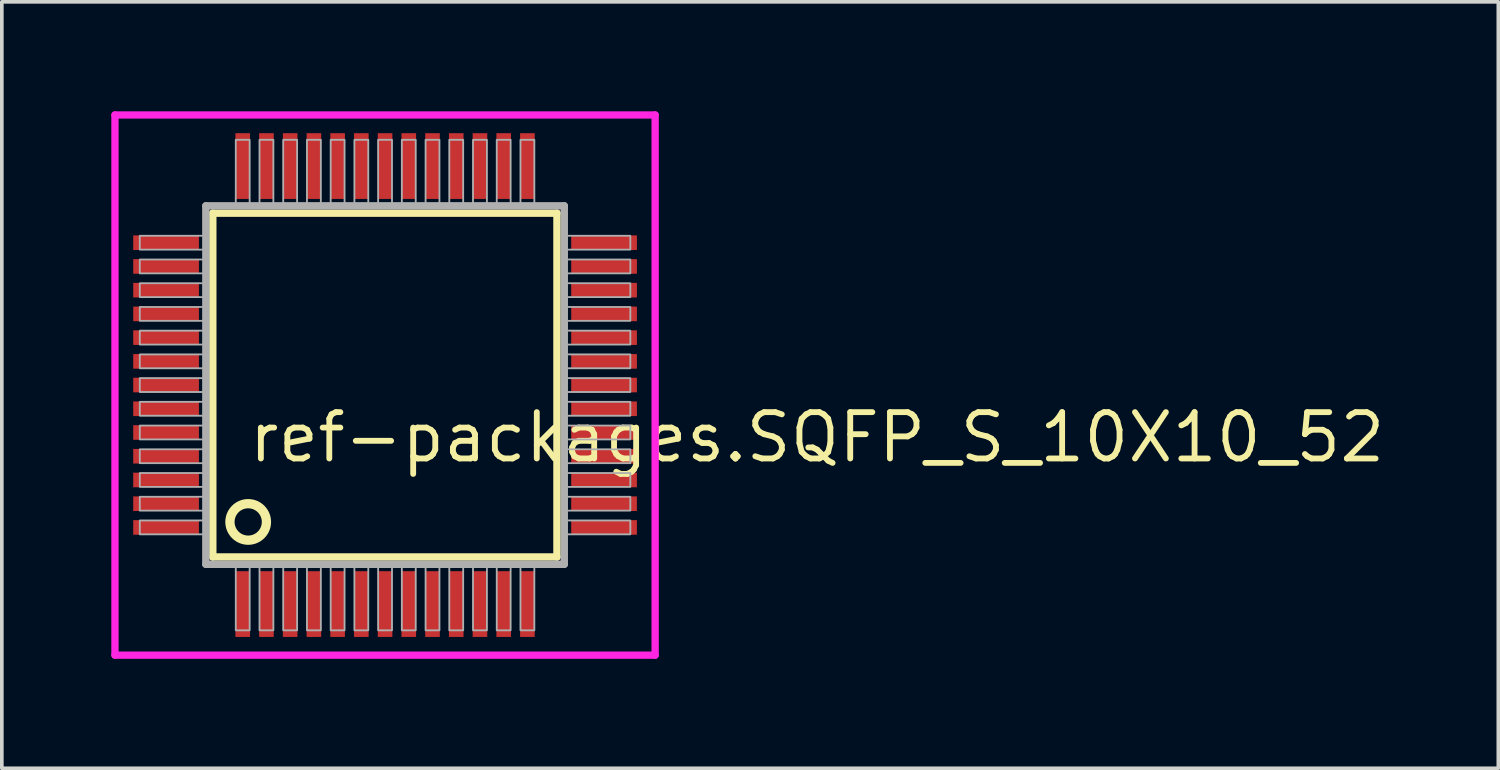
<source format=kicad_pcb>
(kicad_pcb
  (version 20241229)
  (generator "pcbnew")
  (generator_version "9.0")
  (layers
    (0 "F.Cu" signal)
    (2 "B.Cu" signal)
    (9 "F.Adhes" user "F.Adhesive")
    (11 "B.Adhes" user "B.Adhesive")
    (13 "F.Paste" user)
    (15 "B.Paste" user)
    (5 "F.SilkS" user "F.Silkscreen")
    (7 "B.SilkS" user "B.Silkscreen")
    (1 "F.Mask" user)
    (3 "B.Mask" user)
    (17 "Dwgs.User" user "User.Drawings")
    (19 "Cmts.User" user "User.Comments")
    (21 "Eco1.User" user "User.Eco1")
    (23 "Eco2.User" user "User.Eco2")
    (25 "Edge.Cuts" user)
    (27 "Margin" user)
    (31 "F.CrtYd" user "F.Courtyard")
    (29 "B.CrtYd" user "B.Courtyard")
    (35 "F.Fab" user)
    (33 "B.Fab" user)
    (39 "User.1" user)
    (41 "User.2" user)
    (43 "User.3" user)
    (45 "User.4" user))
  (footprint "ref-packages.SQFP_S_10X10_52"
    (layer "F.Cu")
    (at 7.5 7.5)
    (property "Reference" "ref-packages.SQFP_S_10X10_52" (at -3.81 2.175 0) (layer "F.SilkS") (effects (font (size 1.27 1.27) (thickness 0.16)) (justify left bottom)))
    (attr smd)
    (fp_line (start -4.72 -4.71) (end 4.71 -4.71) (stroke (width 0.203) (type default)) (layer "F.SilkS"))
    (fp_line (start -4.72 4.71) (end -4.72 -4.71) (stroke (width 0.203) (type default)) (layer "F.SilkS"))
    (fp_line (start 4.71 -4.71) (end 4.71 4.71) (stroke (width 0.203) (type default)) (layer "F.SilkS"))
    (fp_line (start 4.71 4.71) (end -4.72 4.71) (stroke (width 0.203) (type default)) (layer "F.SilkS"))
    (fp_circle (center -3.75 3.75) (end -3.25 3.75) (stroke (width 0.254) (type default)) (fill no) (layer "F.SilkS"))
    (fp_line (start -7.4 -7.4) (end 7.4 -7.4) (stroke (width 0.2) (type default)) (layer "F.CrtYd"))
    (fp_line (start -7.4 7.4) (end -7.4 -7.4) (stroke (width 0.2) (type default)) (layer "F.CrtYd"))
    (fp_line (start 7.4 -7.4) (end 7.4 7.4) (stroke (width 0.2) (type default)) (layer "F.CrtYd"))
    (fp_line (start 7.4 7.4) (end -7.4 7.4) (stroke (width 0.2) (type default)) (layer "F.CrtYd"))
    (fp_line (start -4.91 -4.91) (end -4.91 4.91) (stroke (width 0.203) (type default)) (layer "F.Fab"))
    (fp_line (start -4.91 4.91) (end 4.91 4.91) (stroke (width 0.203) (type default)) (layer "F.Fab"))
    (fp_line (start 4.91 -4.91) (end -4.91 -4.91) (stroke (width 0.203) (type default)) (layer "F.Fab"))
    (fp_line (start 4.91 4.91) (end 4.91 -4.91) (stroke (width 0.203) (type default)) (layer "F.Fab"))
    (fp_rect (start -6.72 -3.71) (end -4.95 -4.09) (stroke (width 0.05) (type default)) (fill no) (layer "F.Fab"))
    (fp_rect (start -6.72 -3.06) (end -4.95 -3.44) (stroke (width 0.05) (type default)) (fill no) (layer "F.Fab"))
    (fp_rect (start -6.72 -2.41) (end -4.95 -2.79) (stroke (width 0.05) (type default)) (fill no) (layer "F.Fab"))
    (fp_rect (start -6.72 -1.76) (end -4.95 -2.14) (stroke (width 0.05) (type default)) (fill no) (layer "F.Fab"))
    (fp_rect (start -6.72 -1.11) (end -4.95 -1.49) (stroke (width 0.05) (type default)) (fill no) (layer "F.Fab"))
    (fp_rect (start -6.72 -0.46) (end -4.95 -0.84) (stroke (width 0.05) (type default)) (fill no) (layer "F.Fab"))
    (fp_rect (start -6.72 0.19) (end -4.95 -0.19) (stroke (width 0.05) (type default)) (fill no) (layer "F.Fab"))
    (fp_rect (start -6.72 0.84) (end -4.95 0.46) (stroke (width 0.05) (type default)) (fill no) (layer "F.Fab"))
    (fp_rect (start -6.72 1.49) (end -4.95 1.11) (stroke (width 0.05) (type default)) (fill no) (layer "F.Fab"))
    (fp_rect (start -6.72 2.14) (end -4.95 1.76) (stroke (width 0.05) (type default)) (fill no) (layer "F.Fab"))
    (fp_rect (start -6.72 2.79) (end -4.95 2.41) (stroke (width 0.05) (type default)) (fill no) (layer "F.Fab"))
    (fp_rect (start -6.72 3.44) (end -4.95 3.06) (stroke (width 0.05) (type default)) (fill no) (layer "F.Fab"))
    (fp_rect (start -6.72 4.09) (end -4.95 3.71) (stroke (width 0.05) (type default)) (fill no) (layer "F.Fab"))
    (fp_rect (start -4.09 -4.95) (end -3.71 -6.72) (stroke (width 0.05) (type default)) (fill no) (layer "F.Fab"))
    (fp_rect (start -4.09 6.72) (end -3.71 4.95) (stroke (width 0.05) (type default)) (fill no) (layer "F.Fab"))
    (fp_rect (start -3.44 -4.95) (end -3.06 -6.72) (stroke (width 0.05) (type default)) (fill no) (layer "F.Fab"))
    (fp_rect (start -3.44 6.72) (end -3.06 4.95) (stroke (width 0.05) (type default)) (fill no) (layer "F.Fab"))
    (fp_rect (start -2.79 -4.95) (end -2.41 -6.72) (stroke (width 0.05) (type default)) (fill no) (layer "F.Fab"))
    (fp_rect (start -2.79 6.72) (end -2.41 4.95) (stroke (width 0.05) (type default)) (fill no) (layer "F.Fab"))
    (fp_rect (start -2.14 -4.95) (end -1.76 -6.72) (stroke (width 0.05) (type default)) (fill no) (layer "F.Fab"))
    (fp_rect (start -2.14 6.72) (end -1.76 4.95) (stroke (width 0.05) (type default)) (fill no) (layer "F.Fab"))
    (fp_rect (start -1.49 -4.95) (end -1.11 -6.72) (stroke (width 0.05) (type default)) (fill no) (layer "F.Fab"))
    (fp_rect (start -1.49 6.72) (end -1.11 4.95) (stroke (width 0.05) (type default)) (fill no) (layer "F.Fab"))
    (fp_rect (start -0.84 -4.95) (end -0.46 -6.72) (stroke (width 0.05) (type default)) (fill no) (layer "F.Fab"))
    (fp_rect (start -0.84 6.72) (end -0.46 4.95) (stroke (width 0.05) (type default)) (fill no) (layer "F.Fab"))
    (fp_rect (start -0.19 -4.95) (end 0.19 -6.72) (stroke (width 0.05) (type default)) (fill no) (layer "F.Fab"))
    (fp_rect (start -0.19 6.72) (end 0.19 4.95) (stroke (width 0.05) (type default)) (fill no) (layer "F.Fab"))
    (fp_rect (start 0.46 -4.95) (end 0.84 -6.72) (stroke (width 0.05) (type default)) (fill no) (layer "F.Fab"))
    (fp_rect (start 0.46 6.72) (end 0.84 4.95) (stroke (width 0.05) (type default)) (fill no) (layer "F.Fab"))
    (fp_rect (start 1.11 -4.95) (end 1.49 -6.72) (stroke (width 0.05) (type default)) (fill no) (layer "F.Fab"))
    (fp_rect (start 1.11 6.72) (end 1.49 4.95) (stroke (width 0.05) (type default)) (fill no) (layer "F.Fab"))
    (fp_rect (start 1.76 -4.95) (end 2.14 -6.72) (stroke (width 0.05) (type default)) (fill no) (layer "F.Fab"))
    (fp_rect (start 1.76 6.72) (end 2.14 4.95) (stroke (width 0.05) (type default)) (fill no) (layer "F.Fab"))
    (fp_rect (start 2.41 -4.95) (end 2.79 -6.72) (stroke (width 0.05) (type default)) (fill no) (layer "F.Fab"))
    (fp_rect (start 2.41 6.72) (end 2.79 4.95) (stroke (width 0.05) (type default)) (fill no) (layer "F.Fab"))
    (fp_rect (start 3.06 -4.95) (end 3.44 -6.72) (stroke (width 0.05) (type default)) (fill no) (layer "F.Fab"))
    (fp_rect (start 3.06 6.72) (end 3.44 4.95) (stroke (width 0.05) (type default)) (fill no) (layer "F.Fab"))
    (fp_rect (start 3.71 -4.95) (end 4.09 -6.72) (stroke (width 0.05) (type default)) (fill no) (layer "F.Fab"))
    (fp_rect (start 3.71 6.72) (end 4.09 4.95) (stroke (width 0.05) (type default)) (fill no) (layer "F.Fab"))
    (fp_rect (start 4.95 -3.71) (end 6.72 -4.09) (stroke (width 0.05) (type default)) (fill no) (layer "F.Fab"))
    (fp_rect (start 4.95 -3.06) (end 6.72 -3.44) (stroke (width 0.05) (type default)) (fill no) (layer "F.Fab"))
    (fp_rect (start 4.95 -2.41) (end 6.72 -2.79) (stroke (width 0.05) (type default)) (fill no) (layer "F.Fab"))
    (fp_rect (start 4.95 -1.76) (end 6.72 -2.14) (stroke (width 0.05) (type default)) (fill no) (layer "F.Fab"))
    (fp_rect (start 4.95 -1.11) (end 6.72 -1.49) (stroke (width 0.05) (type default)) (fill no) (layer "F.Fab"))
    (fp_rect (start 4.95 -0.46) (end 6.72 -0.84) (stroke (width 0.05) (type default)) (fill no) (layer "F.Fab"))
    (fp_rect (start 4.95 0.19) (end 6.72 -0.19) (stroke (width 0.05) (type default)) (fill no) (layer "F.Fab"))
    (fp_rect (start 4.95 0.84) (end 6.72 0.46) (stroke (width 0.05) (type default)) (fill no) (layer "F.Fab"))
    (fp_rect (start 4.95 1.49) (end 6.72 1.11) (stroke (width 0.05) (type default)) (fill no) (layer "F.Fab"))
    (fp_rect (start 4.95 2.14) (end 6.72 1.76) (stroke (width 0.05) (type default)) (fill no) (layer "F.Fab"))
    (fp_rect (start 4.95 2.79) (end 6.72 2.41) (stroke (width 0.05) (type default)) (fill no) (layer "F.Fab"))
    (fp_rect (start 4.95 3.44) (end 6.72 3.06) (stroke (width 0.05) (type default)) (fill no) (layer "F.Fab"))
    (fp_rect (start 4.95 4.09) (end 6.72 3.71) (stroke (width 0.05) (type default)) (fill no) (layer "F.Fab"))
    (pad "1" smd roundrect (at -3.9 6) (size 0.4 1.8) (layers "F.Cu" "F.Mask" "F.Paste") (roundrect_rratio 0.01))
    (pad "2" smd roundrect (at -3.25 6) (size 0.4 1.8) (layers "F.Cu" "F.Mask" "F.Paste") (roundrect_rratio 0.01))
    (pad "3" smd roundrect (at -2.6 6) (size 0.4 1.8) (layers "F.Cu" "F.Mask" "F.Paste") (roundrect_rratio 0.01))
    (pad "4" smd roundrect (at -1.95 6) (size 0.4 1.8) (layers "F.Cu" "F.Mask" "F.Paste") (roundrect_rratio 0.01))
    (pad "5" smd roundrect (at -1.3 6) (size 0.4 1.8) (layers "F.Cu" "F.Mask" "F.Paste") (roundrect_rratio 0.01))
    (pad "6" smd roundrect (at -0.65 6) (size 0.4 1.8) (layers "F.Cu" "F.Mask" "F.Paste") (roundrect_rratio 0.01))
    (pad "7" smd roundrect (at 0 6) (size 0.4 1.8) (layers "F.Cu" "F.Mask" "F.Paste") (roundrect_rratio 0.01))
    (pad "8" smd roundrect (at 0.65 6) (size 0.4 1.8) (layers "F.Cu" "F.Mask" "F.Paste") (roundrect_rratio 0.01))
    (pad "9" smd roundrect (at 1.3 6) (size 0.4 1.8) (layers "F.Cu" "F.Mask" "F.Paste") (roundrect_rratio 0.01))
    (pad "10" smd roundrect (at 1.95 6) (size 0.4 1.8) (layers "F.Cu" "F.Mask" "F.Paste") (roundrect_rratio 0.01))
    (pad "11" smd roundrect (at 2.6 6) (size 0.4 1.8) (layers "F.Cu" "F.Mask" "F.Paste") (roundrect_rratio 0.01))
    (pad "12" smd roundrect (at 3.25 6) (size 0.4 1.8) (layers "F.Cu" "F.Mask" "F.Paste") (roundrect_rratio 0.01))
    (pad "13" smd roundrect (at 3.9 6) (size 0.4 1.8) (layers "F.Cu" "F.Mask" "F.Paste") (roundrect_rratio 0.01))
    (pad "14" smd roundrect (at 6 3.9) (size 1.8 0.4) (layers "F.Cu" "F.Mask" "F.Paste") (roundrect_rratio 0.01))
    (pad "15" smd roundrect (at 6 3.25) (size 1.8 0.4) (layers "F.Cu" "F.Mask" "F.Paste") (roundrect_rratio 0.01))
    (pad "16" smd roundrect (at 6 2.6) (size 1.8 0.4) (layers "F.Cu" "F.Mask" "F.Paste") (roundrect_rratio 0.01))
    (pad "17" smd roundrect (at 6 1.95) (size 1.8 0.4) (layers "F.Cu" "F.Mask" "F.Paste") (roundrect_rratio 0.01))
    (pad "18" smd roundrect (at 6 1.3) (size 1.8 0.4) (layers "F.Cu" "F.Mask" "F.Paste") (roundrect_rratio 0.01))
    (pad "19" smd roundrect (at 6 0.65) (size 1.8 0.4) (layers "F.Cu" "F.Mask" "F.Paste") (roundrect_rratio 0.01))
    (pad "20" smd roundrect (at 6 0) (size 1.8 0.4) (layers "F.Cu" "F.Mask" "F.Paste") (roundrect_rratio 0.01))
    (pad "21" smd roundrect (at 6 -0.65) (size 1.8 0.4) (layers "F.Cu" "F.Mask" "F.Paste") (roundrect_rratio 0.01))
    (pad "22" smd roundrect (at 6 -1.3) (size 1.8 0.4) (layers "F.Cu" "F.Mask" "F.Paste") (roundrect_rratio 0.01))
    (pad "23" smd roundrect (at 6 -1.95) (size 1.8 0.4) (layers "F.Cu" "F.Mask" "F.Paste") (roundrect_rratio 0.01))
    (pad "24" smd roundrect (at 6 -2.6) (size 1.8 0.4) (layers "F.Cu" "F.Mask" "F.Paste") (roundrect_rratio 0.01))
    (pad "25" smd roundrect (at 6 -3.25) (size 1.8 0.4) (layers "F.Cu" "F.Mask" "F.Paste") (roundrect_rratio 0.01))
    (pad "26" smd roundrect (at 6 -3.9) (size 1.8 0.4) (layers "F.Cu" "F.Mask" "F.Paste") (roundrect_rratio 0.01))
    (pad "27" smd roundrect (at 3.9 -6) (size 0.4 1.8) (layers "F.Cu" "F.Mask" "F.Paste") (roundrect_rratio 0.01))
    (pad "28" smd roundrect (at 3.25 -6) (size 0.4 1.8) (layers "F.Cu" "F.Mask" "F.Paste") (roundrect_rratio 0.01))
    (pad "29" smd roundrect (at 2.6 -6) (size 0.4 1.8) (layers "F.Cu" "F.Mask" "F.Paste") (roundrect_rratio 0.01))
    (pad "30" smd roundrect (at 1.95 -6) (size 0.4 1.8) (layers "F.Cu" "F.Mask" "F.Paste") (roundrect_rratio 0.01))
    (pad "31" smd roundrect (at 1.3 -6) (size 0.4 1.8) (layers "F.Cu" "F.Mask" "F.Paste") (roundrect_rratio 0.01))
    (pad "32" smd roundrect (at 0.65 -6) (size 0.4 1.8) (layers "F.Cu" "F.Mask" "F.Paste") (roundrect_rratio 0.01))
    (pad "33" smd roundrect (at 0 -6) (size 0.4 1.8) (layers "F.Cu" "F.Mask" "F.Paste") (roundrect_rratio 0.01))
    (pad "34" smd roundrect (at -0.65 -6) (size 0.4 1.8) (layers "F.Cu" "F.Mask" "F.Paste") (roundrect_rratio 0.01))
    (pad "35" smd roundrect (at -1.3 -6) (size 0.4 1.8) (layers "F.Cu" "F.Mask" "F.Paste") (roundrect_rratio 0.01))
    (pad "36" smd roundrect (at -1.95 -6) (size 0.4 1.8) (layers "F.Cu" "F.Mask" "F.Paste") (roundrect_rratio 0.01))
    (pad "37" smd roundrect (at -2.6 -6) (size 0.4 1.8) (layers "F.Cu" "F.Mask" "F.Paste") (roundrect_rratio 0.01))
    (pad "38" smd roundrect (at -3.25 -6) (size 0.4 1.8) (layers "F.Cu" "F.Mask" "F.Paste") (roundrect_rratio 0.01))
    (pad "39" smd roundrect (at -3.9 -6) (size 0.4 1.8) (layers "F.Cu" "F.Mask" "F.Paste") (roundrect_rratio 0.01))
    (pad "40" smd roundrect (at -6 -3.9) (size 1.8 0.4) (layers "F.Cu" "F.Mask" "F.Paste") (roundrect_rratio 0.01))
    (pad "41" smd roundrect (at -6 -3.25) (size 1.8 0.4) (layers "F.Cu" "F.Mask" "F.Paste") (roundrect_rratio 0.01))
    (pad "42" smd roundrect (at -6 -2.6) (size 1.8 0.4) (layers "F.Cu" "F.Mask" "F.Paste") (roundrect_rratio 0.01))
    (pad "43" smd roundrect (at -6 -1.95) (size 1.8 0.4) (layers "F.Cu" "F.Mask" "F.Paste") (roundrect_rratio 0.01))
    (pad "44" smd roundrect (at -6 -1.3) (size 1.8 0.4) (layers "F.Cu" "F.Mask" "F.Paste") (roundrect_rratio 0.01))
    (pad "45" smd roundrect (at -6 -0.65) (size 1.8 0.4) (layers "F.Cu" "F.Mask" "F.Paste") (roundrect_rratio 0.01))
    (pad "46" smd roundrect (at -6 0) (size 1.8 0.4) (layers "F.Cu" "F.Mask" "F.Paste") (roundrect_rratio 0.01))
    (pad "47" smd roundrect (at -6 0.65) (size 1.8 0.4) (layers "F.Cu" "F.Mask" "F.Paste") (roundrect_rratio 0.01))
    (pad "48" smd roundrect (at -6 1.3) (size 1.8 0.4) (layers "F.Cu" "F.Mask" "F.Paste") (roundrect_rratio 0.01))
    (pad "49" smd roundrect (at -6 1.95) (size 1.8 0.4) (layers "F.Cu" "F.Mask" "F.Paste") (roundrect_rratio 0.01))
    (pad "50" smd roundrect (at -6 2.6) (size 1.8 0.4) (layers "F.Cu" "F.Mask" "F.Paste") (roundrect_rratio 0.01))
    (pad "51" smd roundrect (at -6 3.25) (size 1.8 0.4) (layers "F.Cu" "F.Mask" "F.Paste") (roundrect_rratio 0.01))
    (pad "52" smd roundrect (at -6 3.9) (size 1.8 0.4) (layers "F.Cu" "F.Mask" "F.Paste") (roundrect_rratio 0.01)))
  (gr_rect
    (start -3 -3)
    (end 38.001 18)
    (stroke (width 0.1) (type default))
    (fill no)
    (layer "Edge.Cuts")))
</source>
